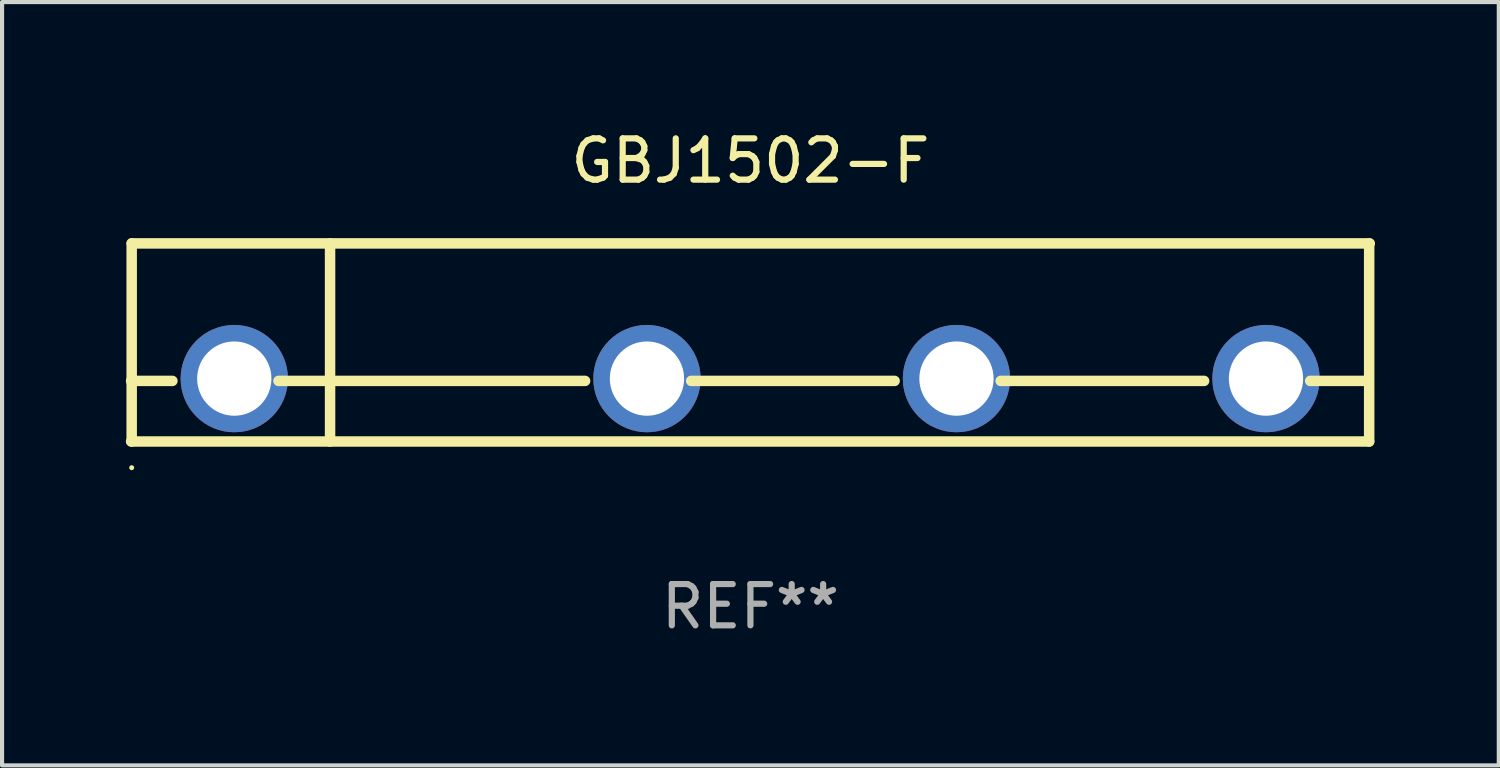
<source format=kicad_pcb>
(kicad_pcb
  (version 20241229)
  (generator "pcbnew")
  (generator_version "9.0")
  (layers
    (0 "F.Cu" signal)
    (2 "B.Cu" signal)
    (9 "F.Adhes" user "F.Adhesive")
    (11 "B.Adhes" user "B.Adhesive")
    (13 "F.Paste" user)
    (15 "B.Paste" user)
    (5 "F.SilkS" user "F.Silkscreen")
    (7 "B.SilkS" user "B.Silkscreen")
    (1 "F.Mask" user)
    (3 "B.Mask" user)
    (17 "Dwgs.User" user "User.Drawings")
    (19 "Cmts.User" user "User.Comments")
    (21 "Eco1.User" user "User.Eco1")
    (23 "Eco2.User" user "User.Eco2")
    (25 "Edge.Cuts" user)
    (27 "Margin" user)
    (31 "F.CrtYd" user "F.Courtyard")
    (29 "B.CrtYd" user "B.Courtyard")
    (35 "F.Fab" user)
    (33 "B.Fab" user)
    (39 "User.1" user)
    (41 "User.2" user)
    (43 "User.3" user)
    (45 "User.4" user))
  (footprint "GBJ1502-F"
    (layer "F.Cu")
    (at 15.134 5.248)
    (property "Reference" "GBJ1502-F" (at 0 -4.4 0) (layer "F.SilkS") (effects (font (size 1 1) (thickness 0.15))))
    (attr through_hole)
    (fp_line (start -15.007 0.932) (end -14.006 0.932) (stroke (width 0.254) (type solid)) (layer "F.SilkS"))
    (fp_line (start -15.007 2.4) (end 14.993 2.4) (stroke (width 0.254) (type solid)) (layer "F.SilkS"))
    (fp_line (start -14.993 -2.4) (end -14.993 2.4) (stroke (width 0.254) (type solid)) (layer "F.SilkS"))
    (fp_line (start -14.993 -2.4) (end 15.007 -2.4) (stroke (width 0.254) (type solid)) (layer "F.SilkS"))
    (fp_line (start -11.436 0.932) (end -4.006 0.932) (stroke (width 0.254) (type solid)) (layer "F.SilkS"))
    (fp_line (start -10.186 -2.4) (end -10.186 2.4) (stroke (width 0.254) (type solid)) (layer "F.SilkS"))
    (fp_line (start -1.436 0.932) (end 3.494 0.932) (stroke (width 0.254) (type solid)) (layer "F.SilkS"))
    (fp_line (start 6.064 0.932) (end 10.994 0.932) (stroke (width 0.254) (type solid)) (layer "F.SilkS"))
    (fp_line (start 13.564 0.932) (end 14.979 0.932) (stroke (width 0.254) (type solid)) (layer "F.SilkS"))
    (fp_line (start 14.993 -2.4) (end 14.993 2.4) (stroke (width 0.254) (type solid)) (layer "F.SilkS"))
    (fp_circle (center -14.993 3.035) (end -14.963 3.035) (stroke (width 0.06) (type solid)) (fill no) (layer "F.SilkS"))
    (fp_text user "&#126;" (at -3.308 -0.701 0) (layer "B.Mask") (effects (font (size 1 1) (thickness 0.15))))
    (fp_text user "&#126;" (at 3.931 -0.574 0) (layer "B.Mask") (effects (font (size 1 1) (thickness 0.15))))
    (fp_text user "+" (at -13.468 -0.656 0) (layer "B.Mask") (effects (font (size 1 1) (thickness 0.15))))
    (fp_text user "-" (at 11.169 -0.648 0) (layer "B.Mask") (effects (font (size 1 1) (thickness 0.15))))
    (fp_text user "REF**" (at 0 6.4 0) (layer "F.Fab") (effects (font (size 1 1) (thickness 0.15))))
    (pad "1" thru_hole circle (at -12.507 0.876) (size 2.6 2.6) (drill 1.8) (layers "*.Cu" "*.Mask"))
    (pad "2" thru_hole circle (at -2.507 0.876) (size 2.6 2.6) (drill 1.8) (layers "*.Cu" "*.Mask"))
    (pad "3" thru_hole circle (at 4.993 0.876) (size 2.6 2.6) (drill 1.8) (layers "*.Cu" "*.Mask"))
    (pad "4" thru_hole circle (at 12.493 0.876) (size 2.6 2.6) (drill 1.8) (layers "*.Cu" "*.Mask")))
  (gr_rect
    (start -3 -3)
    (end 33.268 15.496)
    (stroke (width 0.1) (type default))
    (fill no)
    (layer "Edge.Cuts")))
</source>
